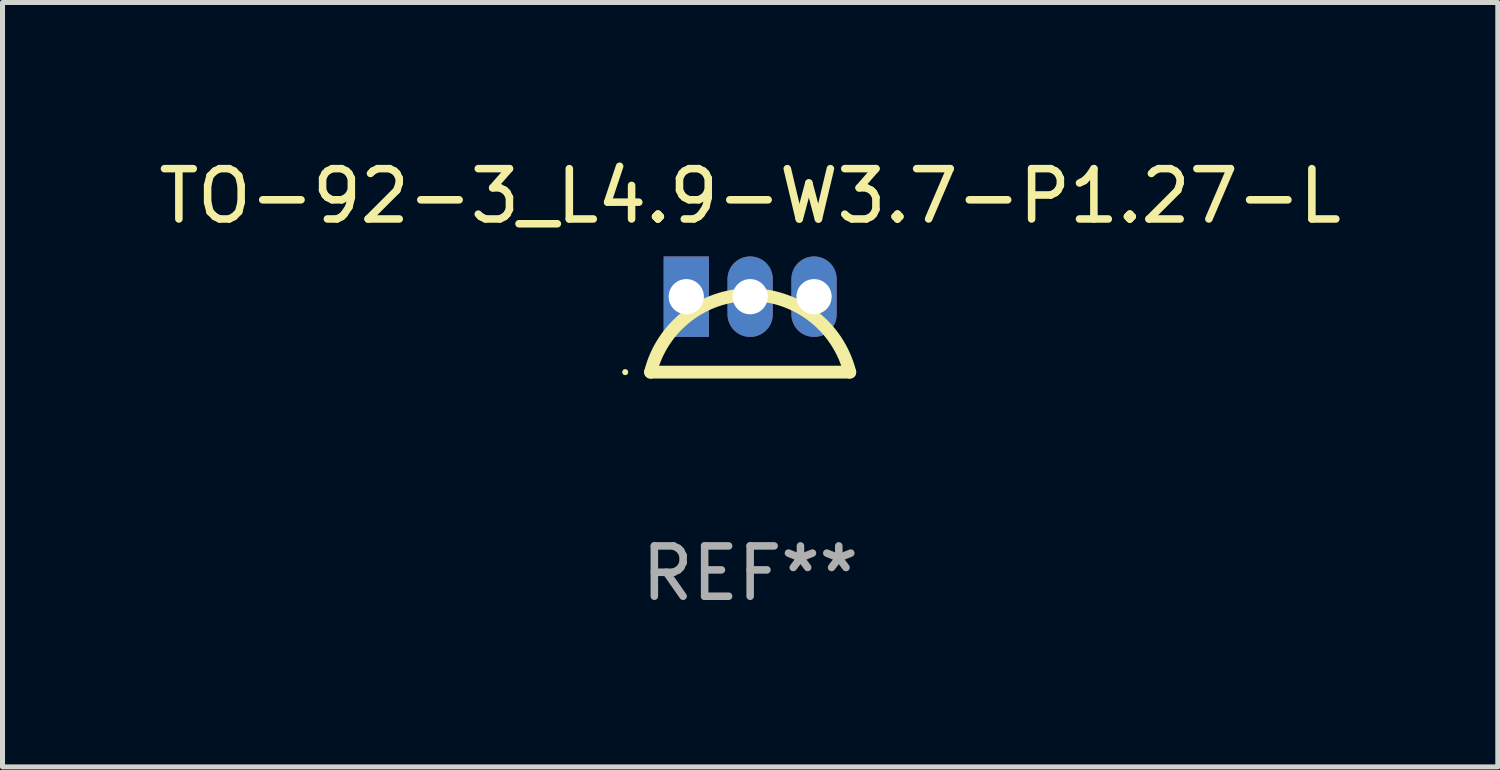
<source format=kicad_pcb>
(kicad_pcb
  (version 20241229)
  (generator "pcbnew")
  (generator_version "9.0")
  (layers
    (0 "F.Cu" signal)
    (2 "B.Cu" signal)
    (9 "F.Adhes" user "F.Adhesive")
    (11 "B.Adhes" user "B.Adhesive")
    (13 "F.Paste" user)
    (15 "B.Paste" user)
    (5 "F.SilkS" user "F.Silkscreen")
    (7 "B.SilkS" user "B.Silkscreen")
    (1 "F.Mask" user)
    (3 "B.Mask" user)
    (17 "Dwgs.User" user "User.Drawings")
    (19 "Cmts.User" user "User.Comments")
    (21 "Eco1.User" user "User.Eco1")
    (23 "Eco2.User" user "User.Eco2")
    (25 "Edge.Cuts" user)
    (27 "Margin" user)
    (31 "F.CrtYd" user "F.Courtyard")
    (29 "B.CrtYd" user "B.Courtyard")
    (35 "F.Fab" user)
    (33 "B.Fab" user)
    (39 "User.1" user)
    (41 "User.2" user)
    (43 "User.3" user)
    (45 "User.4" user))
  (footprint "TO-92-3_L4.9-W3.7-P1.27-L"
    (layer "F.Cu")
    (at 11.863 3.598)
    (property "Reference" "TO-92-3_L4.9-W3.7-P1.27-L" (at 0 -2.75 0) (layer "F.SilkS") (effects (font (size 1 1) (thickness 0.15))))
    (attr through_hole)
    (fp_line (start 1.98 0.75) (end -1.98 0.75) (stroke (width 0.254) (type solid)) (layer "F.SilkS"))
    (fp_arc (start -1.981204 0.751206) (mid 0 -0.789989) (end 1.981204 0.751207) (stroke (width 0.254001) (type solid)) (layer "F.SilkS"))
    (fp_circle (center -2.484 0.75) (end -2.454 0.75) (stroke (width 0.06) (type solid)) (fill no) (layer "F.SilkS"))
    (fp_text user "REF**" (at 0 4.75 0) (layer "F.Fab") (effects (font (size 1 1) (thickness 0.15))))
    (pad "1" thru_hole rect (at -1.27 -0.75) (size 0.9 1.6) (drill 0.7) (layers "*.Cu" "*.Mask"))
    (pad "2" thru_hole oval (at 0 -0.75) (size 0.9 1.6) (drill 0.7) (layers "*.Cu" "*.Mask"))
    (pad "3" thru_hole oval (at 1.27 -0.75) (size 0.9 1.6) (drill 0.7) (layers "*.Cu" "*.Mask")))
  (gr_rect
    (start -3 -3)
    (end 26.726 12.196)
    (stroke (width 0.1) (type default))
    (fill no)
    (layer "Edge.Cuts")))
</source>
